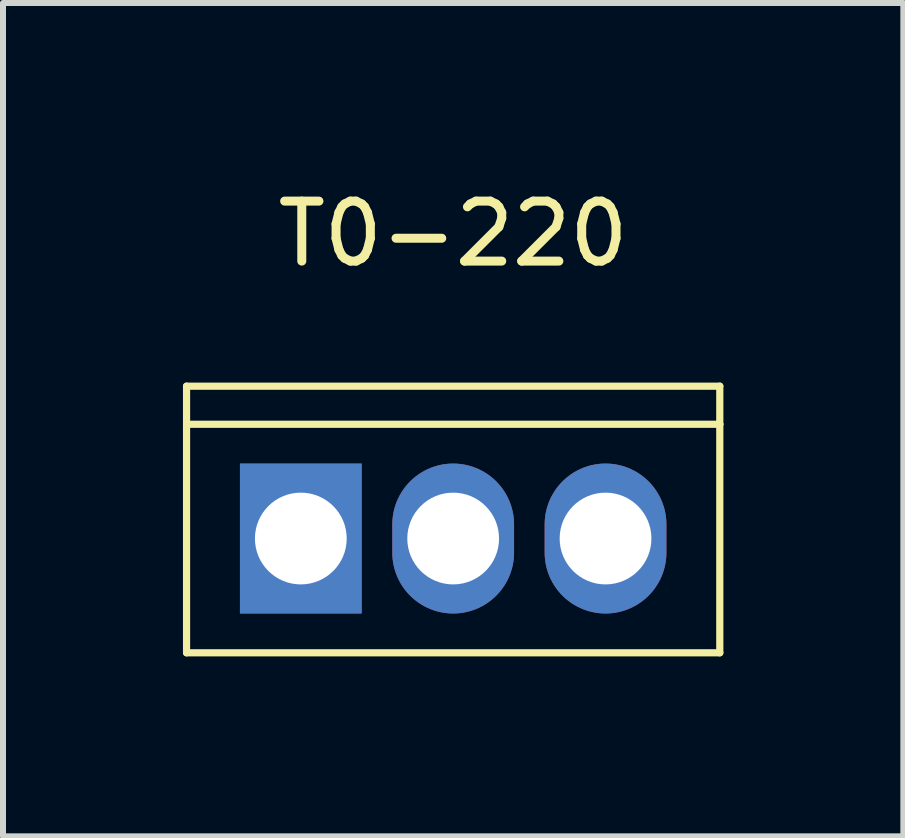
<source format=kicad_pcb>
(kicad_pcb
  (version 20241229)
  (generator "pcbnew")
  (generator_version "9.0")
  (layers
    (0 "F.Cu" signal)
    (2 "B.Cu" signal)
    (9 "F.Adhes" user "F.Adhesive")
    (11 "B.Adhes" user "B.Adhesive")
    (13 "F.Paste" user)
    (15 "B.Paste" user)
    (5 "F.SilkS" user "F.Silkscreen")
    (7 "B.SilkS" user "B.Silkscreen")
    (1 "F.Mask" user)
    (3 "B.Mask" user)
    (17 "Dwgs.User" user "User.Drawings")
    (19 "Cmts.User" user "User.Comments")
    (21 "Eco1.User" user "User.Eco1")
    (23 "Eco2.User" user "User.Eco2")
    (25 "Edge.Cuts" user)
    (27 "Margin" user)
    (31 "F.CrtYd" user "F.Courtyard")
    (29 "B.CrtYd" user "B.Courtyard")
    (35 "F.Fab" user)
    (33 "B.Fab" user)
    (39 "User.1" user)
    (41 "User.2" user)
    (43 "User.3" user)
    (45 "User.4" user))
  (footprint "T0-220"
    (layer "F.Cu")
    (at 4.505 5.928)
    (property "Reference" "T0-220" (at 0 -5.08 0) (layer "F.SilkS") (effects (font (size 1 1) (thickness 0.15))))
    (attr through_hole)
    (fp_line (start -4.445 -2.54) (end 4.445 -2.54) (stroke (width 0.12) (type solid)) (layer "F.SilkS"))
    (fp_line (start -4.445 -1.905) (end -4.445 -2.54) (stroke (width 0.12) (type solid)) (layer "F.SilkS"))
    (fp_line (start -4.445 -1.905) (end 4.445 -1.905) (stroke (width 0.12) (type solid)) (layer "F.SilkS"))
    (fp_line (start -4.445 1.905) (end -4.445 -1.905) (stroke (width 0.12) (type solid)) (layer "F.SilkS"))
    (fp_line (start 4.445 -2.54) (end 4.445 -1.905) (stroke (width 0.12) (type solid)) (layer "F.SilkS"))
    (fp_line (start 4.445 -1.905) (end 4.445 1.905) (stroke (width 0.12) (type solid)) (layer "F.SilkS"))
    (fp_line (start 4.445 1.905) (end -4.445 1.905) (stroke (width 0.12) (type solid)) (layer "F.SilkS"))
    (pad "1" thru_hole rect (at -2.54 0) (size 2.03 2.5) (drill 1.53) (layers "*.Cu" "*.Mask"))
    (pad "2" thru_hole oval (at 0 0) (size 2.03 2.5) (drill 1.53) (layers "*.Cu" "*.Mask"))
    (pad "3" thru_hole oval (at 2.54 0) (size 2.03 2.5) (drill 1.53) (layers "*.Cu" "*.Mask")))
  (gr_rect
    (start -3 -3)
    (end 12.01 10.893)
    (stroke (width 0.1) (type default))
    (fill no)
    (layer "Edge.Cuts")))
</source>
